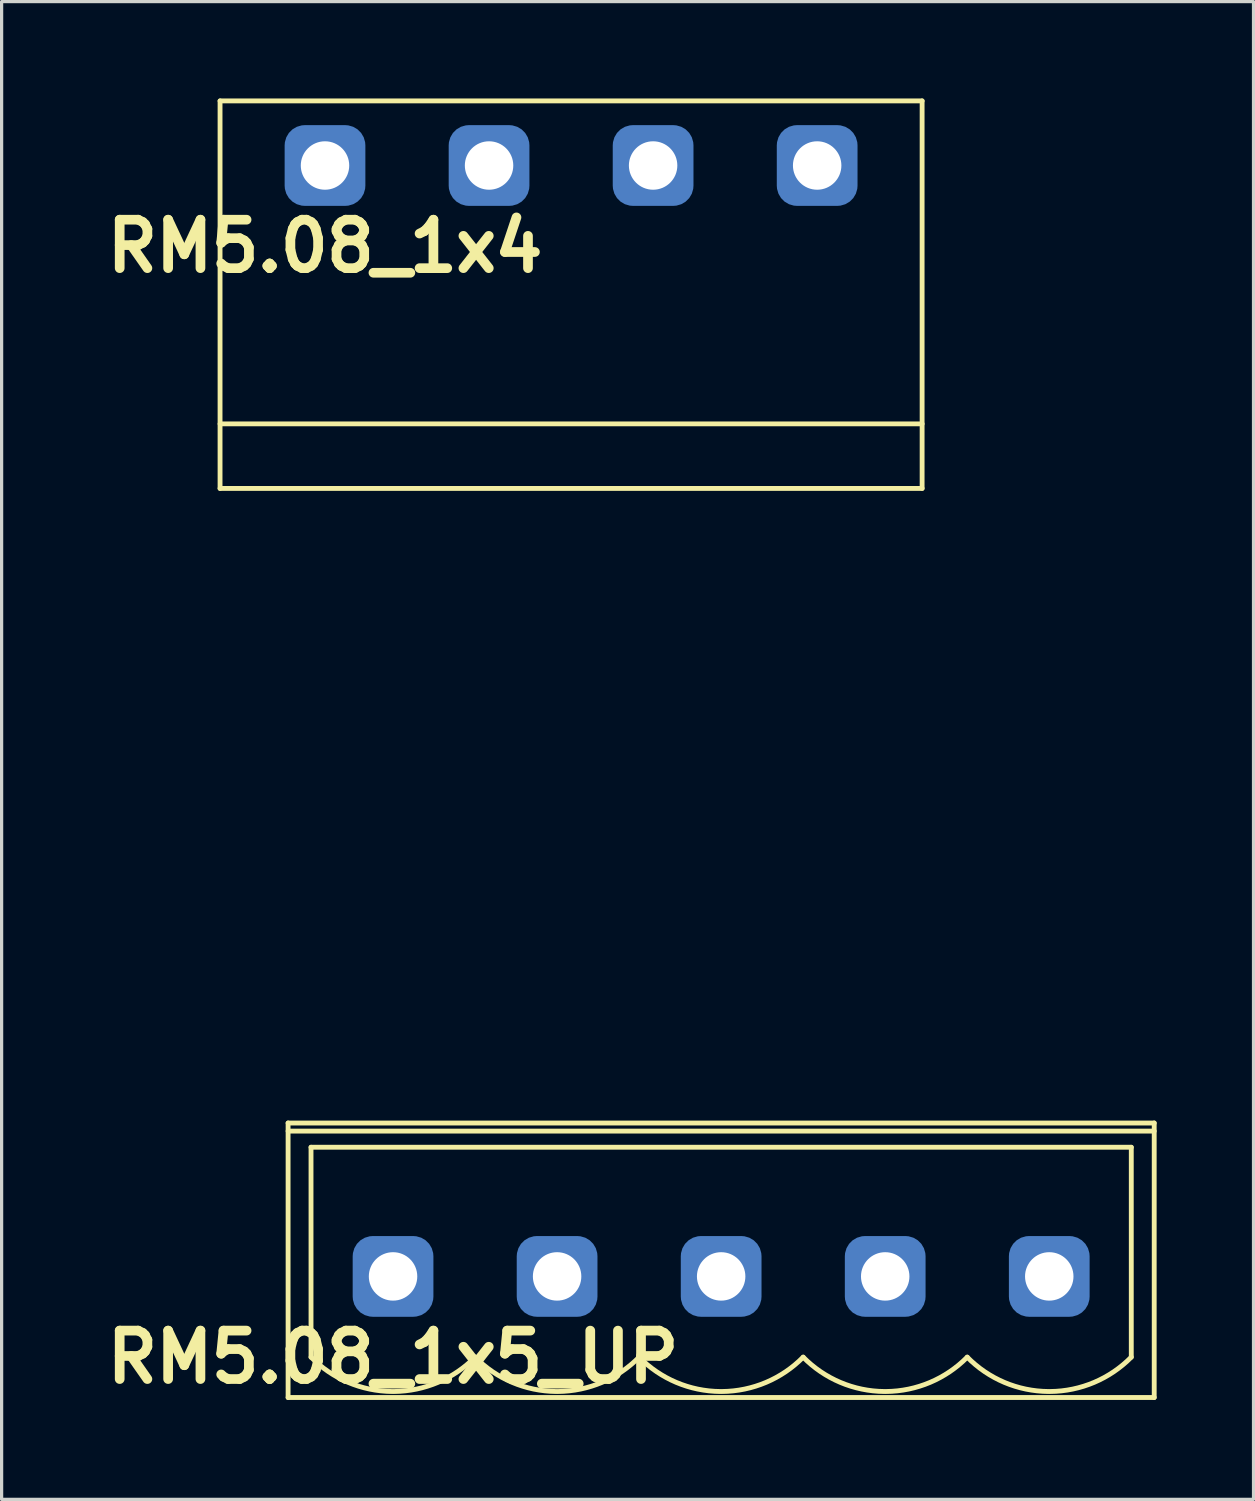
<source format=kicad_pcb>
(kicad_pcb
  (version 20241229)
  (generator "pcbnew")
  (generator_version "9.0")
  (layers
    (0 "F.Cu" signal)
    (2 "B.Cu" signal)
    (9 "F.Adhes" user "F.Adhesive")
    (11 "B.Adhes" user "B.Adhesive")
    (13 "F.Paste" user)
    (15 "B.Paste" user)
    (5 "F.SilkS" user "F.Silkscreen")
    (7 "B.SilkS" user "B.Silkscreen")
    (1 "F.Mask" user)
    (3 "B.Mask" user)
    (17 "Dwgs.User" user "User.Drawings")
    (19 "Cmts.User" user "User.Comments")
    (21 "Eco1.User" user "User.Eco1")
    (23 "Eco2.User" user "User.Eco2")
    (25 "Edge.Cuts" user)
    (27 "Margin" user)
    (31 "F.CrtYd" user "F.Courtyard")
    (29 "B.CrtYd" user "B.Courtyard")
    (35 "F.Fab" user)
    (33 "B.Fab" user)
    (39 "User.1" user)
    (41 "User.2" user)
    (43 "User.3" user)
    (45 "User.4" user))
  (footprint "RM5.08_1x4"
    (layer "F.Cu")
    (at 7.014 2.075)
    (property "Reference" "RM5.08_1x4" (at 0 2.5 0) (layer "F.SilkS") (effects (font (size 1.5 1.5) (thickness 0.3))))
    (attr through_hole)
    (fp_line (start -3.25 -2) (end 18.49 -2) (stroke (width 0.15) (type solid)) (layer "F.SilkS"))
    (fp_line (start -3.25 8) (end 18.49 8) (stroke (width 0.15) (type solid)) (layer "F.SilkS"))
    (fp_line (start -3.25 10) (end -3.25 -2) (stroke (width 0.15) (type solid)) (layer "F.SilkS"))
    (fp_line (start -3.25 10) (end 18.49 10) (stroke (width 0.15) (type solid)) (layer "F.SilkS"))
    (fp_line (start 18.49 10) (end 18.49 -2) (stroke (width 0.15) (type solid)) (layer "F.SilkS"))
    (fp_line (start -2.54 20) (end -2.54 10) (stroke (width 0.15) (type solid)) (layer "Margin"))
    (fp_line (start -2.54 20) (end 17.78 20) (stroke (width 0.15) (type solid)) (layer "Margin"))
    (fp_line (start -1.5 14) (end 1.5 14) (stroke (width 0.15) (type solid)) (layer "Margin"))
    (fp_line (start 3.58 14) (end 6.58 14) (stroke (width 0.15) (type solid)) (layer "Margin"))
    (fp_line (start 8.66 14) (end 11.66 14) (stroke (width 0.15) (type solid)) (layer "Margin"))
    (fp_line (start 13.74 14) (end 16.74 14) (stroke (width 0.15) (type solid)) (layer "Margin"))
    (fp_line (start 17.78 20) (end 17.78 10) (stroke (width 0.15) (type solid)) (layer "Margin"))
    (fp_circle (center 0 14) (end 0 12.5) (stroke (width 0.15) (type solid)) (fill no) (layer "Margin"))
    (fp_circle (center 5.08 14) (end 5.08 12.5) (stroke (width 0.15) (type solid)) (fill no) (layer "Margin"))
    (fp_circle (center 10.16 14) (end 10.16 12.5) (stroke (width 0.15) (type solid)) (fill no) (layer "Margin"))
    (fp_circle (center 15.24 14) (end 15.24 12.5) (stroke (width 0.15) (type solid)) (fill no) (layer "Margin"))
    (pad "1" thru_hole circle (at 0 0) (size 1.8 1.8) (drill 1.5) (layers "*.Cu" "*.Mask"))
    (pad "1" smd roundrect (at 0 0) (size 2.5 2.5) (layers "B.Cu" "B.Mask") (roundrect_rratio 0.25))
    (pad "2" thru_hole circle (at 5.08 0) (size 1.8 1.8) (drill 1.5) (layers "*.Cu" "*.Mask"))
    (pad "2" smd roundrect (at 5.08 0) (size 2.5 2.5) (layers "B.Cu" "B.Mask") (roundrect_rratio 0.25))
    (pad "3" thru_hole circle (at 10.16 0) (size 1.8 1.8) (drill 1.5) (layers "*.Cu" "*.Mask"))
    (pad "3" smd roundrect (at 10.16 0) (size 2.5 2.5) (layers "B.Cu" "B.Mask") (roundrect_rratio 0.25))
    (pad "4" thru_hole circle (at 15.24 0) (size 1.8 1.8) (drill 1.5) (layers "*.Cu" "*.Mask"))
    (pad "4" smd roundrect (at 15.24 0) (size 2.5 2.5) (layers "B.Cu" "B.Mask") (roundrect_rratio 0.25)))
  (footprint "RM5.08_1x5_UP"
    (layer "F.Cu")
    (at 9.121 36.475)
    (property "Reference" "RM5.08_1x5_UP" (at 0 2.5 0) (layer "F.SilkS") (effects (font (size 1.5 1.5) (thickness 0.3))))
    (attr through_hole)
    (fp_line (start -3.25 -4.75) (end -3.25 3.75) (stroke (width 0.15) (type solid)) (layer "F.SilkS"))
    (fp_line (start -3.25 -4.75) (end 23.57 -4.75) (stroke (width 0.15) (type solid)) (layer "F.SilkS"))
    (fp_line (start -3.25 -4.5) (end 23.57 -4.5) (stroke (width 0.15) (type solid)) (layer "F.SilkS"))
    (fp_line (start -3.25 3.75) (end 23.57 3.75) (stroke (width 0.15) (type solid)) (layer "F.SilkS"))
    (fp_line (start -2.54 -4) (end -2.54 2.5) (stroke (width 0.15) (type solid)) (layer "F.SilkS"))
    (fp_line (start -2.54 -4) (end 22.86 -4) (stroke (width 0.15) (type solid)) (layer "F.SilkS"))
    (fp_line (start 22.86 -4) (end 22.86 2.5) (stroke (width 0.15) (type solid)) (layer "F.SilkS"))
    (fp_line (start 23.57 -4.75) (end 23.57 3.75) (stroke (width 0.15) (type solid)) (layer "F.SilkS"))
    (fp_arc (start -0.028284 3.563818) (mid -1.389945 3.281715) (end -2.54 2.5) (stroke (width 0.15) (type solid)) (layer "F.SilkS"))
    (fp_arc (start 2.54 2.5) (mid 1.389945 3.281715) (end 0.028284 3.563818) (stroke (width 0.15) (type solid)) (layer "F.SilkS"))
    (fp_arc (start 5.051716 3.563818) (mid 3.690055 3.281715) (end 2.54 2.5) (stroke (width 0.15) (type solid)) (layer "F.SilkS"))
    (fp_arc (start 7.62 2.5) (mid 6.469945 3.281715) (end 5.108284 3.563818) (stroke (width 0.15) (type solid)) (layer "F.SilkS"))
    (fp_arc (start 10.131716 3.563818) (mid 8.770055 3.281715) (end 7.62 2.5) (stroke (width 0.15) (type solid)) (layer "F.SilkS"))
    (fp_arc (start 12.7 2.5) (mid 11.549945 3.281715) (end 10.188284 3.563818) (stroke (width 0.15) (type solid)) (layer "F.SilkS"))
    (fp_arc (start 15.211716 3.563818) (mid 13.850055 3.281715) (end 12.7 2.5) (stroke (width 0.15) (type solid)) (layer "F.SilkS"))
    (fp_arc (start 17.78 2.5) (mid 16.629945 3.281715) (end 15.268284 3.563818) (stroke (width 0.15) (type solid)) (layer "F.SilkS"))
    (fp_arc (start 20.291716 3.563818) (mid 18.930055 3.281715) (end 17.78 2.5) (stroke (width 0.15) (type solid)) (layer "F.SilkS"))
    (fp_arc (start 22.86 2.5) (mid 21.709945 3.281715) (end 20.348284 3.563818) (stroke (width 0.15) (type solid)) (layer "F.SilkS"))
    (fp_line (start -2.54 -11.25) (end 22.86 -11.25) (stroke (width 0.15) (type solid)) (layer "Margin"))
    (fp_line (start -2.54 3.75) (end -2.54 -11.25) (stroke (width 0.15) (type solid)) (layer "Margin"))
    (fp_line (start -2.54 3.75) (end 22.86 3.75) (stroke (width 0.15) (type solid)) (layer "Margin"))
    (fp_line (start -1.25 -1.25) (end 1.25 -1.25) (stroke (width 0.15) (type solid)) (layer "Margin"))
    (fp_line (start -1.25 1) (end -1.25 -1.25) (stroke (width 0.15) (type solid)) (layer "Margin"))
    (fp_line (start -1.25 1) (end 1.25 1) (stroke (width 0.15) (type solid)) (layer "Margin"))
    (fp_line (start 1.25 1) (end 1.25 -1.25) (stroke (width 0.15) (type solid)) (layer "Margin"))
    (fp_line (start 3.83 -1.25) (end 6.33 -1.25) (stroke (width 0.15) (type solid)) (layer "Margin"))
    (fp_line (start 3.83 1) (end 3.83 -1.25) (stroke (width 0.15) (type solid)) (layer "Margin"))
    (fp_line (start 3.83 1) (end 6.33 1) (stroke (width 0.15) (type solid)) (layer "Margin"))
    (fp_line (start 6.33 1) (end 6.33 -1.25) (stroke (width 0.15) (type solid)) (layer "Margin"))
    (fp_line (start 8.91 -1.25) (end 11.41 -1.25) (stroke (width 0.15) (type solid)) (layer "Margin"))
    (fp_line (start 8.91 1) (end 8.91 -1.25) (stroke (width 0.15) (type solid)) (layer "Margin"))
    (fp_line (start 8.91 1) (end 11.41 1) (stroke (width 0.15) (type solid)) (layer "Margin"))
    (fp_line (start 11.41 1) (end 11.41 -1.25) (stroke (width 0.15) (type solid)) (layer "Margin"))
    (fp_line (start 13.99 -1.25) (end 16.49 -1.25) (stroke (width 0.15) (type solid)) (layer "Margin"))
    (fp_line (start 13.99 1) (end 13.99 -1.25) (stroke (width 0.15) (type solid)) (layer "Margin"))
    (fp_line (start 13.99 1) (end 16.49 1) (stroke (width 0.15) (type solid)) (layer "Margin"))
    (fp_line (start 16.49 1) (end 16.49 -1.25) (stroke (width 0.15) (type solid)) (layer "Margin"))
    (fp_line (start 19.07 -1.25) (end 21.57 -1.25) (stroke (width 0.15) (type solid)) (layer "Margin"))
    (fp_line (start 19.07 1) (end 19.07 -1.25) (stroke (width 0.15) (type solid)) (layer "Margin"))
    (fp_line (start 19.07 1) (end 21.57 1) (stroke (width 0.15) (type solid)) (layer "Margin"))
    (fp_line (start 21.57 1) (end 21.57 -1.25) (stroke (width 0.15) (type solid)) (layer "Margin"))
    (fp_line (start 22.86 3.75) (end 22.86 -11.25) (stroke (width 0.15) (type solid)) (layer "Margin"))
    (pad "1" thru_hole circle (at 0 0) (size 1.8 1.8) (drill 1.5) (layers "*.Cu" "*.Mask"))
    (pad "1" smd roundrect (at 0 0) (size 2.5 2.5) (layers "B.Cu" "B.Mask") (roundrect_rratio 0.25))
    (pad "2" thru_hole circle (at 5.08 0) (size 1.8 1.8) (drill 1.5) (layers "*.Cu" "*.Mask"))
    (pad "2" smd roundrect (at 5.08 0) (size 2.5 2.5) (layers "B.Cu" "B.Mask") (roundrect_rratio 0.25))
    (pad "3" thru_hole circle (at 10.16 0) (size 1.8 1.8) (drill 1.5) (layers "*.Cu" "*.Mask"))
    (pad "3" smd roundrect (at 10.16 0) (size 2.5 2.5) (layers "B.Cu" "B.Mask") (roundrect_rratio 0.25))
    (pad "4" thru_hole circle (at 15.24 0) (size 1.8 1.8) (drill 1.5) (layers "*.Cu" "*.Mask"))
    (pad "4" smd roundrect (at 15.24 0) (size 2.5 2.5) (layers "B.Cu" "B.Mask") (roundrect_rratio 0.25))
    (pad "5" thru_hole circle (at 20.32 0) (size 1.8 1.8) (drill 1.5) (layers "*.Cu" "*.Mask"))
    (pad "5" smd roundrect (at 20.32 0) (size 2.5 2.5) (layers "B.Cu" "B.Mask") (roundrect_rratio 0.25)))
  (gr_rect
    (start -3 -3)
    (end 35.766 43.379)
    (stroke (width 0.1) (type default))
    (fill no)
    (layer "Edge.Cuts")))
</source>
